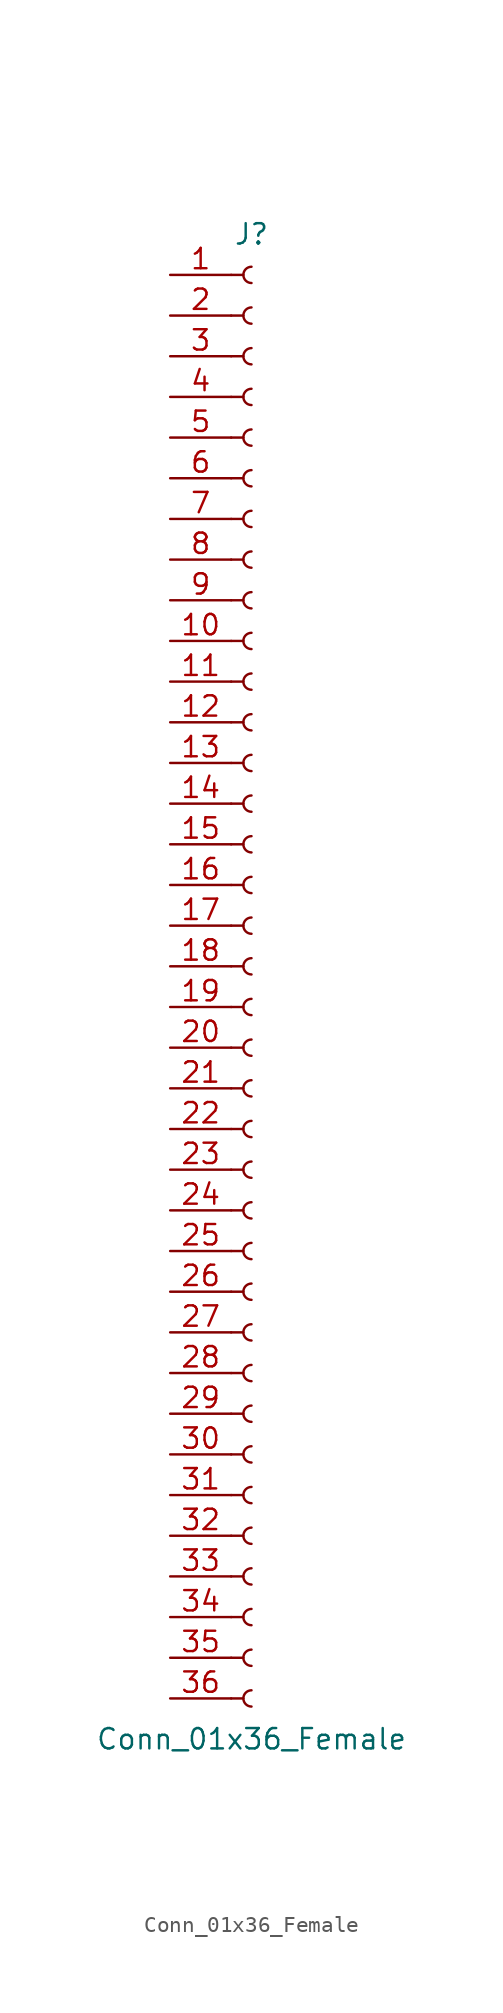
<source format=kicad_sym>
(kicad_symbol_lib
  (version 20211014)
  (generator kicad_symbol_editor)
  (symbol "Conn_01x36_Female"
    (pin_names
      (offset 1.016) hide)
    (property "Reference" "J"
      (at 0 45.72 0)
      (effects (font (size 1.27 1.27))))
    (property "Value" "Conn_01x36_Female"
      (at 0 -48.26 0)
      (effects (font (size 1.27 1.27))))
    (symbol "Conn_01x36_Female_1_1"
      (arc (start 0 -45.212) (mid -0.508 -45.72) (end 0 -46.228) (stroke (width 0.1524) (type default) (color 0 0 0 0)) (fill (type none)))
      (arc (start 0 -42.672) (mid -0.508 -43.18) (end 0 -43.688) (stroke (width 0.1524) (type default) (color 0 0 0 0)) (fill (type none)))
      (arc (start 0 -40.132) (mid -0.508 -40.64) (end 0 -41.148) (stroke (width 0.1524) (type default) (color 0 0 0 0)) (fill (type none)))
      (arc (start 0 -37.592) (mid -0.508 -38.1) (end 0 -38.608) (stroke (width 0.1524) (type default) (color 0 0 0 0)) (fill (type none)))
      (arc (start 0 -35.052) (mid -0.508 -35.56) (end 0 -36.068) (stroke (width 0.1524) (type default) (color 0 0 0 0)) (fill (type none)))
      (arc (start 0 -32.512) (mid -0.508 -33.02) (end 0 -33.528) (stroke (width 0.1524) (type default) (color 0 0 0 0)) (fill (type none)))
      (arc (start 0 -29.972) (mid -0.508 -30.48) (end 0 -30.988) (stroke (width 0.1524) (type default) (color 0 0 0 0)) (fill (type none)))
      (arc (start 0 -27.432) (mid -0.508 -27.94) (end 0 -28.448) (stroke (width 0.1524) (type default) (color 0 0 0 0)) (fill (type none)))
      (arc (start 0 -24.892) (mid -0.508 -25.4) (end 0 -25.908) (stroke (width 0.1524) (type default) (color 0 0 0 0)) (fill (type none)))
      (arc (start 0 -22.352) (mid -0.508 -22.86) (end 0 -23.368) (stroke (width 0.1524) (type default) (color 0 0 0 0)) (fill (type none)))
      (arc (start 0 -19.812) (mid -0.508 -20.32) (end 0 -20.828) (stroke (width 0.1524) (type default) (color 0 0 0 0)) (fill (type none)))
      (arc (start 0 -17.272) (mid -0.508 -17.78) (end 0 -18.288) (stroke (width 0.1524) (type default) (color 0 0 0 0)) (fill (type none)))
      (arc (start 0 -14.732) (mid -0.508 -15.24) (end 0 -15.748) (stroke (width 0.1524) (type default) (color 0 0 0 0)) (fill (type none)))
      (arc (start 0 -12.192) (mid -0.508 -12.7) (end 0 -13.208) (stroke (width 0.1524) (type default) (color 0 0 0 0)) (fill (type none)))
      (arc (start 0 -9.652) (mid -0.508 -10.16) (end 0 -10.668) (stroke (width 0.1524) (type default) (color 0 0 0 0)) (fill (type none)))
      (arc (start 0 -7.112) (mid -0.508 -7.62) (end 0 -8.128) (stroke (width 0.1524) (type default) (color 0 0 0 0)) (fill (type none)))
      (arc (start 0 -4.572) (mid -0.508 -5.08) (end 0 -5.588) (stroke (width 0.1524) (type default) (color 0 0 0 0)) (fill (type none)))
      (arc (start 0 -2.032) (mid -0.508 -2.54) (end 0 -3.048) (stroke (width 0.1524) (type default) (color 0 0 0 0)) (fill (type none)))
      (polyline (pts (xy -1.27 -45.72) (xy -0.508 -45.72)) (stroke (width 0.152) (type default) (color 0 0 0 0)) (fill (type none)))
      (polyline (pts (xy -1.27 -43.18) (xy -0.508 -43.18)) (stroke (width 0.152) (type default) (color 0 0 0 0)) (fill (type none)))
      (polyline (pts (xy -1.27 -40.64) (xy -0.508 -40.64)) (stroke (width 0.152) (type default) (color 0 0 0 0)) (fill (type none)))
      (polyline (pts (xy -1.27 -38.1) (xy -0.508 -38.1)) (stroke (width 0.152) (type default) (color 0 0 0 0)) (fill (type none)))
      (polyline (pts (xy -1.27 -35.56) (xy -0.508 -35.56)) (stroke (width 0.152) (type default) (color 0 0 0 0)) (fill (type none)))
      (polyline (pts (xy -1.27 -33.02) (xy -0.508 -33.02)) (stroke (width 0.152) (type default) (color 0 0 0 0)) (fill (type none)))
      (polyline (pts (xy -1.27 -30.48) (xy -0.508 -30.48)) (stroke (width 0.152) (type default) (color 0 0 0 0)) (fill (type none)))
      (polyline (pts (xy -1.27 -27.94) (xy -0.508 -27.94)) (stroke (width 0.152) (type default) (color 0 0 0 0)) (fill (type none)))
      (polyline (pts (xy -1.27 -25.4) (xy -0.508 -25.4)) (stroke (width 0.152) (type default) (color 0 0 0 0)) (fill (type none)))
      (polyline (pts (xy -1.27 -22.86) (xy -0.508 -22.86)) (stroke (width 0.152) (type default) (color 0 0 0 0)) (fill (type none)))
      (polyline (pts (xy -1.27 -20.32) (xy -0.508 -20.32)) (stroke (width 0.152) (type default) (color 0 0 0 0)) (fill (type none)))
      (polyline (pts (xy -1.27 -17.78) (xy -0.508 -17.78)) (stroke (width 0.152) (type default) (color 0 0 0 0)) (fill (type none)))
      (polyline (pts (xy -1.27 -15.24) (xy -0.508 -15.24)) (stroke (width 0.152) (type default) (color 0 0 0 0)) (fill (type none)))
      (polyline (pts (xy -1.27 -12.7) (xy -0.508 -12.7)) (stroke (width 0.152) (type default) (color 0 0 0 0)) (fill (type none)))
      (polyline (pts (xy -1.27 -10.16) (xy -0.508 -10.16)) (stroke (width 0.152) (type default) (color 0 0 0 0)) (fill (type none)))
      (polyline (pts (xy -1.27 -7.62) (xy -0.508 -7.62)) (stroke (width 0.152) (type default) (color 0 0 0 0)) (fill (type none)))
      (polyline (pts (xy -1.27 -5.08) (xy -0.508 -5.08)) (stroke (width 0.152) (type default) (color 0 0 0 0)) (fill (type none)))
      (polyline (pts (xy -1.27 -2.54) (xy -0.508 -2.54)) (stroke (width 0.152) (type default) (color 0 0 0 0)) (fill (type none)))
      (polyline (pts (xy -1.27 0) (xy -0.508 0)) (stroke (width 0.152) (type default) (color 0 0 0 0)) (fill (type none)))
      (polyline (pts (xy -1.27 2.54) (xy -0.508 2.54)) (stroke (width 0.152) (type default) (color 0 0 0 0)) (fill (type none)))
      (polyline (pts (xy -1.27 5.08) (xy -0.508 5.08)) (stroke (width 0.152) (type default) (color 0 0 0 0)) (fill (type none)))
      (polyline (pts (xy -1.27 7.62) (xy -0.508 7.62)) (stroke (width 0.152) (type default) (color 0 0 0 0)) (fill (type none)))
      (polyline (pts (xy -1.27 10.16) (xy -0.508 10.16)) (stroke (width 0.152) (type default) (color 0 0 0 0)) (fill (type none)))
      (polyline (pts (xy -1.27 12.7) (xy -0.508 12.7)) (stroke (width 0.152) (type default) (color 0 0 0 0)) (fill (type none)))
      (polyline (pts (xy -1.27 15.24) (xy -0.508 15.24)) (stroke (width 0.152) (type default) (color 0 0 0 0)) (fill (type none)))
      (polyline (pts (xy -1.27 17.78) (xy -0.508 17.78)) (stroke (width 0.152) (type default) (color 0 0 0 0)) (fill (type none)))
      (polyline (pts (xy -1.27 20.32) (xy -0.508 20.32)) (stroke (width 0.152) (type default) (color 0 0 0 0)) (fill (type none)))
      (polyline (pts (xy -1.27 22.86) (xy -0.508 22.86)) (stroke (width 0.152) (type default) (color 0 0 0 0)) (fill (type none)))
      (polyline (pts (xy -1.27 25.4) (xy -0.508 25.4)) (stroke (width 0.152) (type default) (color 0 0 0 0)) (fill (type none)))
      (polyline (pts (xy -1.27 27.94) (xy -0.508 27.94)) (stroke (width 0.152) (type default) (color 0 0 0 0)) (fill (type none)))
      (polyline (pts (xy -1.27 30.48) (xy -0.508 30.48)) (stroke (width 0.152) (type default) (color 0 0 0 0)) (fill (type none)))
      (polyline (pts (xy -1.27 33.02) (xy -0.508 33.02)) (stroke (width 0.152) (type default) (color 0 0 0 0)) (fill (type none)))
      (polyline (pts (xy -1.27 35.56) (xy -0.508 35.56)) (stroke (width 0.152) (type default) (color 0 0 0 0)) (fill (type none)))
      (polyline (pts (xy -1.27 38.1) (xy -0.508 38.1)) (stroke (width 0.152) (type default) (color 0 0 0 0)) (fill (type none)))
      (polyline (pts (xy -1.27 40.64) (xy -0.508 40.64)) (stroke (width 0.152) (type default) (color 0 0 0 0)) (fill (type none)))
      (polyline (pts (xy -1.27 43.18) (xy -0.508 43.18)) (stroke (width 0.152) (type default) (color 0 0 0 0)) (fill (type none)))
      (arc (start 0 0.508) (mid -0.508 0) (end 0 -0.508) (stroke (width 0.1524) (type default) (color 0 0 0 0)) (fill (type none)))
      (arc (start 0 3.048) (mid -0.508 2.54) (end 0 2.032) (stroke (width 0.1524) (type default) (color 0 0 0 0)) (fill (type none)))
      (arc (start 0 5.588) (mid -0.508 5.08) (end 0 4.572) (stroke (width 0.1524) (type default) (color 0 0 0 0)) (fill (type none)))
      (arc (start 0 8.128) (mid -0.508 7.62) (end 0 7.112) (stroke (width 0.1524) (type default) (color 0 0 0 0)) (fill (type none)))
      (arc (start 0 10.668) (mid -0.508 10.16) (end 0 9.652) (stroke (width 0.1524) (type default) (color 0 0 0 0)) (fill (type none)))
      (arc (start 0 13.208) (mid -0.508 12.7) (end 0 12.192) (stroke (width 0.1524) (type default) (color 0 0 0 0)) (fill (type none)))
      (arc (start 0 15.748) (mid -0.508 15.24) (end 0 14.732) (stroke (width 0.1524) (type default) (color 0 0 0 0)) (fill (type none)))
      (arc (start 0 18.288) (mid -0.508 17.78) (end 0 17.272) (stroke (width 0.1524) (type default) (color 0 0 0 0)) (fill (type none)))
      (arc (start 0 20.828) (mid -0.508 20.32) (end 0 19.812) (stroke (width 0.1524) (type default) (color 0 0 0 0)) (fill (type none)))
      (arc (start 0 23.368) (mid -0.508 22.86) (end 0 22.352) (stroke (width 0.1524) (type default) (color 0 0 0 0)) (fill (type none)))
      (arc (start 0 25.908) (mid -0.508 25.4) (end 0 24.892) (stroke (width 0.1524) (type default) (color 0 0 0 0)) (fill (type none)))
      (arc (start 0 28.448) (mid -0.508 27.94) (end 0 27.432) (stroke (width 0.1524) (type default) (color 0 0 0 0)) (fill (type none)))
      (arc (start 0 30.988) (mid -0.508 30.48) (end 0 29.972) (stroke (width 0.1524) (type default) (color 0 0 0 0)) (fill (type none)))
      (arc (start 0 33.528) (mid -0.508 33.02) (end 0 32.512) (stroke (width 0.1524) (type default) (color 0 0 0 0)) (fill (type none)))
      (arc (start 0 36.068) (mid -0.508 35.56) (end 0 35.052) (stroke (width 0.1524) (type default) (color 0 0 0 0)) (fill (type none)))
      (arc (start 0 38.608) (mid -0.508 38.1) (end 0 37.592) (stroke (width 0.1524) (type default) (color 0 0 0 0)) (fill (type none)))
      (arc (start 0 41.148) (mid -0.508 40.64) (end 0 40.132) (stroke (width 0.1524) (type default) (color 0 0 0 0)) (fill (type none)))
      (arc (start 0 43.688) (mid -0.508 43.18) (end 0 42.672) (stroke (width 0.1524) (type default) (color 0 0 0 0)) (fill (type none)))
      (pin passive line (at -5.08 43.18 0) (length 3.81) (name "Pin_1" (effects (font (size 1.27 1.27)))) (number "1" (effects (font (size 1.27 1.27)))))
      (pin passive line (at -5.08 20.32 0) (length 3.81) (name "Pin_10" (effects (font (size 1.27 1.27)))) (number "10" (effects (font (size 1.27 1.27)))))
      (pin passive line (at -5.08 17.78 0) (length 3.81) (name "Pin_11" (effects (font (size 1.27 1.27)))) (number "11" (effects (font (size 1.27 1.27)))))
      (pin passive line (at -5.08 15.24 0) (length 3.81) (name "Pin_12" (effects (font (size 1.27 1.27)))) (number "12" (effects (font (size 1.27 1.27)))))
      (pin passive line (at -5.08 12.7 0) (length 3.81) (name "Pin_13" (effects (font (size 1.27 1.27)))) (number "13" (effects (font (size 1.27 1.27)))))
      (pin passive line (at -5.08 10.16 0) (length 3.81) (name "Pin_14" (effects (font (size 1.27 1.27)))) (number "14" (effects (font (size 1.27 1.27)))))
      (pin passive line (at -5.08 7.62 0) (length 3.81) (name "Pin_15" (effects (font (size 1.27 1.27)))) (number "15" (effects (font (size 1.27 1.27)))))
      (pin passive line (at -5.08 5.08 0) (length 3.81) (name "Pin_16" (effects (font (size 1.27 1.27)))) (number "16" (effects (font (size 1.27 1.27)))))
      (pin passive line (at -5.08 2.54 0) (length 3.81) (name "Pin_17" (effects (font (size 1.27 1.27)))) (number "17" (effects (font (size 1.27 1.27)))))
      (pin passive line (at -5.08 0 0) (length 3.81) (name "Pin_18" (effects (font (size 1.27 1.27)))) (number "18" (effects (font (size 1.27 1.27)))))
      (pin passive line (at -5.08 -2.54 0) (length 3.81) (name "Pin_19" (effects (font (size 1.27 1.27)))) (number "19" (effects (font (size 1.27 1.27)))))
      (pin passive line (at -5.08 40.64 0) (length 3.81) (name "Pin_2" (effects (font (size 1.27 1.27)))) (number "2" (effects (font (size 1.27 1.27)))))
      (pin passive line (at -5.08 -5.08 0) (length 3.81) (name "Pin_20" (effects (font (size 1.27 1.27)))) (number "20" (effects (font (size 1.27 1.27)))))
      (pin passive line (at -5.08 -7.62 0) (length 3.81) (name "Pin_21" (effects (font (size 1.27 1.27)))) (number "21" (effects (font (size 1.27 1.27)))))
      (pin passive line (at -5.08 -10.16 0) (length 3.81) (name "Pin_22" (effects (font (size 1.27 1.27)))) (number "22" (effects (font (size 1.27 1.27)))))
      (pin passive line (at -5.08 -12.7 0) (length 3.81) (name "Pin_23" (effects (font (size 1.27 1.27)))) (number "23" (effects (font (size 1.27 1.27)))))
      (pin passive line (at -5.08 -15.24 0) (length 3.81) (name "Pin_24" (effects (font (size 1.27 1.27)))) (number "24" (effects (font (size 1.27 1.27)))))
      (pin passive line (at -5.08 -17.78 0) (length 3.81) (name "Pin_25" (effects (font (size 1.27 1.27)))) (number "25" (effects (font (size 1.27 1.27)))))
      (pin passive line (at -5.08 -20.32 0) (length 3.81) (name "Pin_26" (effects (font (size 1.27 1.27)))) (number "26" (effects (font (size 1.27 1.27)))))
      (pin passive line (at -5.08 -22.86 0) (length 3.81) (name "Pin_27" (effects (font (size 1.27 1.27)))) (number "27" (effects (font (size 1.27 1.27)))))
      (pin passive line (at -5.08 -25.4 0) (length 3.81) (name "Pin_28" (effects (font (size 1.27 1.27)))) (number "28" (effects (font (size 1.27 1.27)))))
      (pin passive line (at -5.08 -27.94 0) (length 3.81) (name "Pin_29" (effects (font (size 1.27 1.27)))) (number "29" (effects (font (size 1.27 1.27)))))
      (pin passive line (at -5.08 38.1 0) (length 3.81) (name "Pin_3" (effects (font (size 1.27 1.27)))) (number "3" (effects (font (size 1.27 1.27)))))
      (pin passive line (at -5.08 -30.48 0) (length 3.81) (name "Pin_30" (effects (font (size 1.27 1.27)))) (number "30" (effects (font (size 1.27 1.27)))))
      (pin passive line (at -5.08 -33.02 0) (length 3.81) (name "Pin_31" (effects (font (size 1.27 1.27)))) (number "31" (effects (font (size 1.27 1.27)))))
      (pin passive line (at -5.08 -35.56 0) (length 3.81) (name "Pin_32" (effects (font (size 1.27 1.27)))) (number "32" (effects (font (size 1.27 1.27)))))
      (pin passive line (at -5.08 -38.1 0) (length 3.81) (name "Pin_33" (effects (font (size 1.27 1.27)))) (number "33" (effects (font (size 1.27 1.27)))))
      (pin passive line (at -5.08 -40.64 0) (length 3.81) (name "Pin_34" (effects (font (size 1.27 1.27)))) (number "34" (effects (font (size 1.27 1.27)))))
      (pin passive line (at -5.08 -43.18 0) (length 3.81) (name "Pin_35" (effects (font (size 1.27 1.27)))) (number "35" (effects (font (size 1.27 1.27)))))
      (pin passive line (at -5.08 -45.72 0) (length 3.81) (name "Pin_36" (effects (font (size 1.27 1.27)))) (number "36" (effects (font (size 1.27 1.27)))))
      (pin passive line (at -5.08 35.56 0) (length 3.81) (name "Pin_4" (effects (font (size 1.27 1.27)))) (number "4" (effects (font (size 1.27 1.27)))))
      (pin passive line (at -5.08 33.02 0) (length 3.81) (name "Pin_5" (effects (font (size 1.27 1.27)))) (number "5" (effects (font (size 1.27 1.27)))))
      (pin passive line (at -5.08 30.48 0) (length 3.81) (name "Pin_6" (effects (font (size 1.27 1.27)))) (number "6" (effects (font (size 1.27 1.27)))))
      (pin passive line (at -5.08 27.94 0) (length 3.81) (name "Pin_7" (effects (font (size 1.27 1.27)))) (number "7" (effects (font (size 1.27 1.27)))))
      (pin passive line (at -5.08 25.4 0) (length 3.81) (name "Pin_8" (effects (font (size 1.27 1.27)))) (number "8" (effects (font (size 1.27 1.27)))))
      (pin passive line (at -5.08 22.86 0) (length 3.81) (name "Pin_9" (effects (font (size 1.27 1.27)))) (number "9" (effects (font (size 1.27 1.27))))))))
</source>
